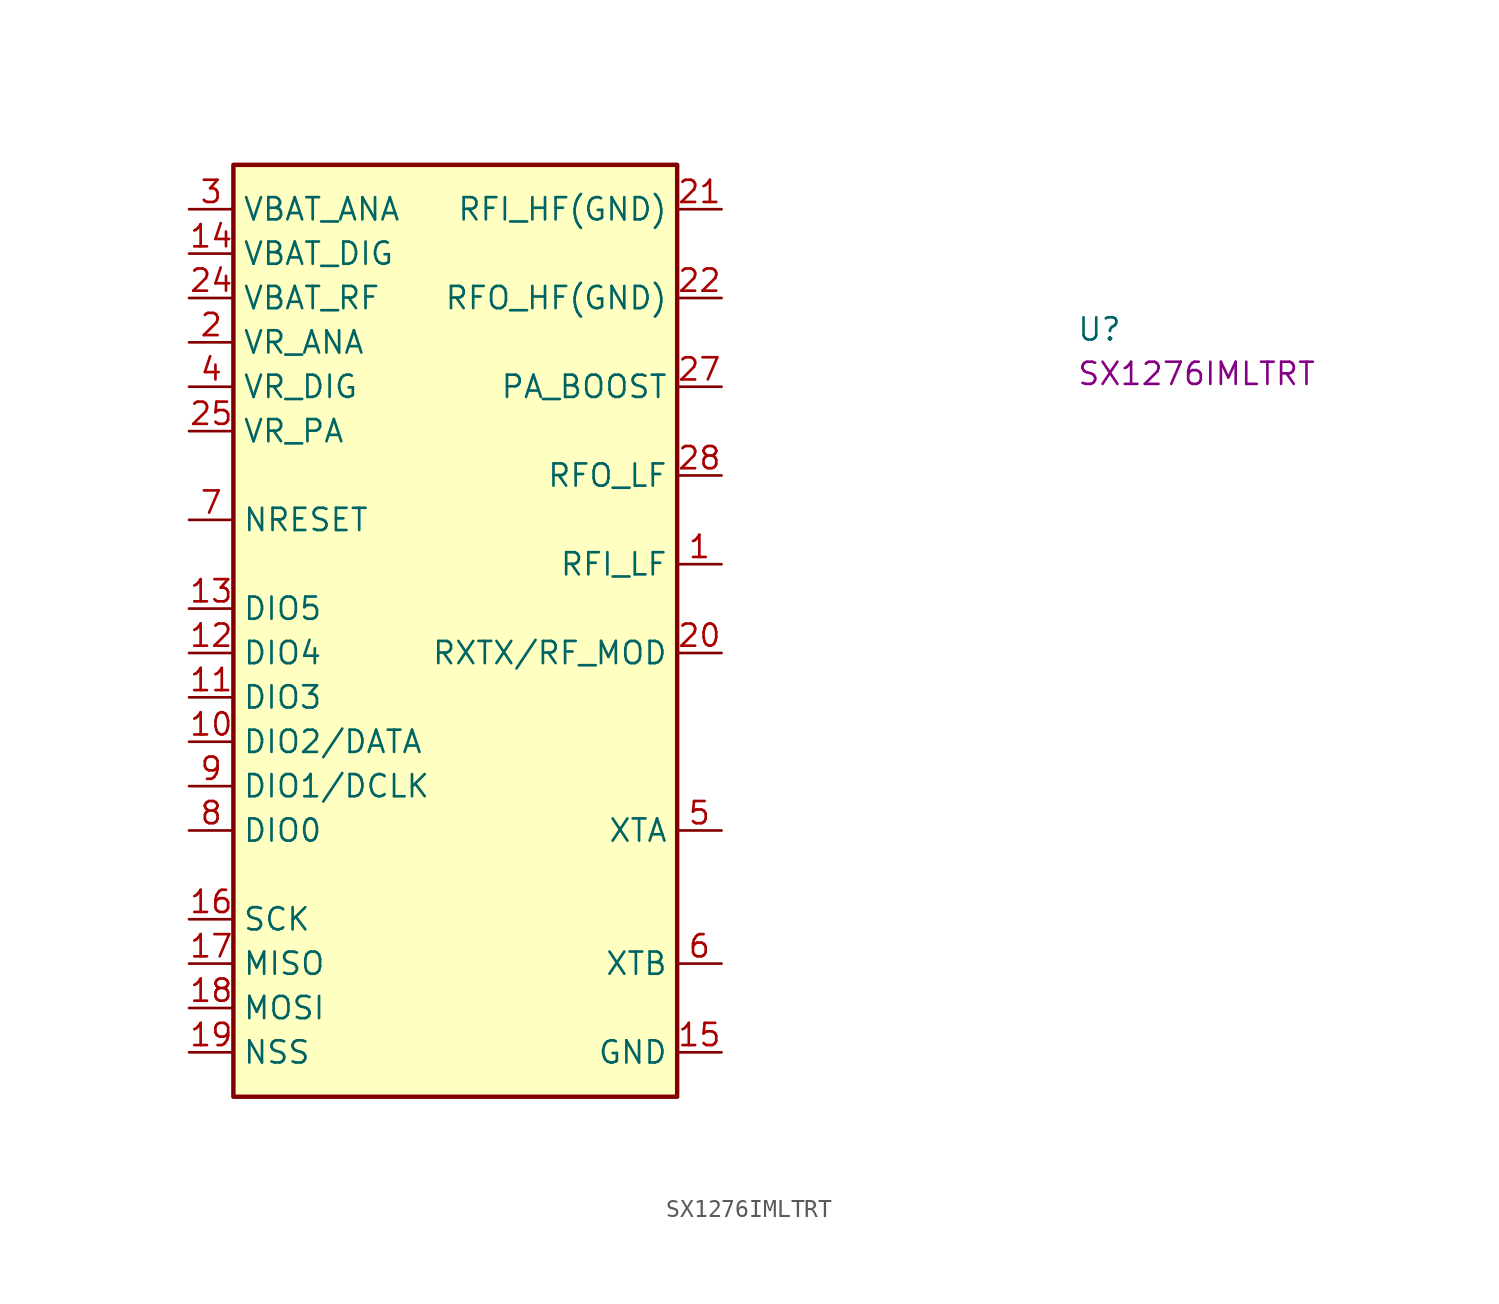
<source format=kicad_sym>
(kicad_symbol_lib
  (version 20220914)
  (generator kicad_symbol_editor)
  (symbol "SX1276IMLTRT"
    (property "Reference" "U"
      (at 50.8 -7.62 0)
      (effects (font (size 1.27 1.27) (thickness 0.15)) (justify left bottom)))
    (property "MPN" "SX1276IMLTRT"
      (at 50.8 -10.16 0)
      (effects (font (size 1.27 1.27) (thickness 0.15)) (justify left bottom)))
    (symbol "SX1276IMLTRT_1_1"
      (rectangle (start 2.54 2.54) (end 27.94 -50.8) (stroke (width 0.254) (type default)) (fill (type background)))
      (pin input line (at 30.48 -20.32 180) (length 2.54) (name "RFI_LF" (effects (font (size 1.27 1.27)))) (number "1" (effects (font (size 1.27 1.27)))))
      (pin bidirectional line (at 0 -30.48 0) (length 2.54) (name "DIO2/DATA" (effects (font (size 1.27 1.27)))) (number "10" (effects (font (size 1.27 1.27)))))
      (pin bidirectional line (at 0 -27.94 0) (length 2.54) (name "DIO3" (effects (font (size 1.27 1.27)))) (number "11" (effects (font (size 1.27 1.27)))))
      (pin bidirectional line (at 0 -25.4 0) (length 2.54) (name "DIO4" (effects (font (size 1.27 1.27)))) (number "12" (effects (font (size 1.27 1.27)))))
      (pin bidirectional line (at 0 -22.86 0) (length 2.54) (name "DIO5" (effects (font (size 1.27 1.27)))) (number "13" (effects (font (size 1.27 1.27)))))
      (pin power_in line (at 0 -2.54 0) (length 2.54) (name "VBAT_DIG" (effects (font (size 1.27 1.27)))) (number "14" (effects (font (size 1.27 1.27)))))
      (pin power_in line (at 30.48 -48.26 180) (length 2.54) (name "GND" (effects (font (size 1.27 1.27)))) (number "15" (effects (font (size 1.27 1.27)))))
      (pin input line (at 0 -40.64 0) (length 2.54) (name "SCK" (effects (font (size 1.27 1.27)))) (number "16" (effects (font (size 1.27 1.27)))))
      (pin output line (at 0 -43.18 0) (length 2.54) (name "MISO" (effects (font (size 1.27 1.27)))) (number "17" (effects (font (size 1.27 1.27)))))
      (pin input line (at 0 -45.72 0) (length 2.54) (name "MOSI" (effects (font (size 1.27 1.27)))) (number "18" (effects (font (size 1.27 1.27)))))
      (pin input line (at 0 -48.26 0) (length 2.54) (name "NSS" (effects (font (size 1.27 1.27)))) (number "19" (effects (font (size 1.27 1.27)))))
      (pin power_in line (at 0 -7.62 0) (length 2.54) (name "VR_ANA" (effects (font (size 1.27 1.27)))) (number "2" (effects (font (size 1.27 1.27)))))
      (pin output line (at 30.48 -25.4 180) (length 2.54) (name "RXTX/RF_MOD" (effects (font (size 1.27 1.27)))) (number "20" (effects (font (size 1.27 1.27)))))
      (pin input line (at 30.48 0 180) (length 2.54) (name "RFI_HF(GND)" (effects (font (size 1.27 1.27)))) (number "21" (effects (font (size 1.27 1.27)))))
      (pin output line (at 30.48 -5.08 180) (length 2.54) (name "RFO_HF(GND)" (effects (font (size 1.27 1.27)))) (number "22" (effects (font (size 1.27 1.27)))))
      (pin passive line (at 30.48 -48.26 180) (length 2.54) hide (name "GND" (effects (font (size 1.27 1.27)))) (number "23" (effects (font (size 1.27 1.27)))))
      (pin power_in line (at 0 -5.08 0) (length 2.54) (name "VBAT_RF" (effects (font (size 1.27 1.27)))) (number "24" (effects (font (size 1.27 1.27)))))
      (pin power_in line (at 0 -12.7 0) (length 2.54) (name "VR_PA" (effects (font (size 1.27 1.27)))) (number "25" (effects (font (size 1.27 1.27)))))
      (pin passive line (at 30.48 -48.26 180) (length 2.54) hide (name "GND" (effects (font (size 1.27 1.27)))) (number "26" (effects (font (size 1.27 1.27)))))
      (pin output line (at 30.48 -10.16 180) (length 2.54) (name "PA_BOOST" (effects (font (size 1.27 1.27)))) (number "27" (effects (font (size 1.27 1.27)))))
      (pin output line (at 30.48 -15.24 180) (length 2.54) (name "RFO_LF" (effects (font (size 1.27 1.27)))) (number "28" (effects (font (size 1.27 1.27)))))
      (pin passive line (at 30.48 -48.26 180) (length 2.54) hide (name "GND" (effects (font (size 1.27 1.27)))) (number "29" (effects (font (size 1.27 1.27)))))
      (pin power_in line (at 0 0 0) (length 2.54) (name "VBAT_ANA" (effects (font (size 1.27 1.27)))) (number "3" (effects (font (size 1.27 1.27)))))
      (pin power_in line (at 0 -10.16 0) (length 2.54) (name "VR_DIG" (effects (font (size 1.27 1.27)))) (number "4" (effects (font (size 1.27 1.27)))))
      (pin bidirectional line (at 30.48 -35.56 180) (length 2.54) (name "XTA" (effects (font (size 1.27 1.27)))) (number "5" (effects (font (size 1.27 1.27)))))
      (pin bidirectional line (at 30.48 -43.18 180) (length 2.54) (name "XTB" (effects (font (size 1.27 1.27)))) (number "6" (effects (font (size 1.27 1.27)))))
      (pin bidirectional line (at 0 -17.78 0) (length 2.54) (name "NRESET" (effects (font (size 1.27 1.27)))) (number "7" (effects (font (size 1.27 1.27)))))
      (pin bidirectional line (at 0 -35.56 0) (length 2.54) (name "DIO0" (effects (font (size 1.27 1.27)))) (number "8" (effects (font (size 1.27 1.27)))))
      (pin bidirectional line (at 0 -33.02 0) (length 2.54) (name "DIO1/DCLK" (effects (font (size 1.27 1.27)))) (number "9" (effects (font (size 1.27 1.27))))))))
</source>
